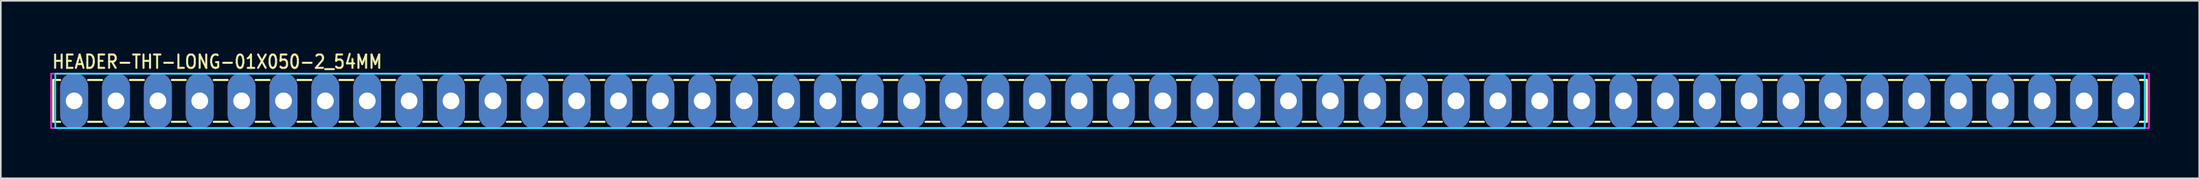
<source format=kicad_pcb>
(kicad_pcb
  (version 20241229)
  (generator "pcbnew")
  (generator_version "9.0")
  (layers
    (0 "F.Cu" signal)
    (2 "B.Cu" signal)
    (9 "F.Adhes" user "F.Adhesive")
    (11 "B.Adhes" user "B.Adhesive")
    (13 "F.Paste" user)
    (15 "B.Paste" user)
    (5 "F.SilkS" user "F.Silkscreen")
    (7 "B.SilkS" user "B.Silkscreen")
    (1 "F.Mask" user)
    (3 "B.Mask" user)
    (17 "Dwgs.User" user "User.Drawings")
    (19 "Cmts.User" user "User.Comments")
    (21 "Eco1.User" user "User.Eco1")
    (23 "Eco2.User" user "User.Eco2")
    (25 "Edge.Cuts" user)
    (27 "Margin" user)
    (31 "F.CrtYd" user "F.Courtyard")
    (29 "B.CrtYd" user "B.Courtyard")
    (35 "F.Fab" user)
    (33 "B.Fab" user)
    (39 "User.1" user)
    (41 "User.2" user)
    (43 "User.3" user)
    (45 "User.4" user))
  (footprint "HEADER-THT-LONG-01X050-2_54MM"
    (layer "F.Cu")
    (at 1.447 3.079)
    (property "Reference" "HEADER-THT-LONG-01X050-2_54MM" (at -1.4 -1.9 0) (unlocked yes) (layer "F.SilkS") (effects (font (size 0.813 0.695) (thickness 0.122)) (justify left bottom)))
    (fp_line (start -1.27 -1.27) (end -1.27 1.27) (stroke (width 0.127) (type solid)) (layer "F.SilkS"))
    (fp_line (start -1.27 1.27) (end -0.85 1.27) (stroke (width 0.127) (type solid)) (layer "F.SilkS"))
    (fp_line (start -0.85 -1.27) (end -1.27 -1.27) (stroke (width 0.127) (type solid)) (layer "F.SilkS"))
    (fp_line (start 0.85 -1.27) (end 1.69 -1.27) (stroke (width 0.127) (type solid)) (layer "F.SilkS"))
    (fp_line (start 0.85 1.27) (end 1.69 1.27) (stroke (width 0.127) (type solid)) (layer "F.SilkS"))
    (fp_line (start 3.39 -1.27) (end 4.23 -1.27) (stroke (width 0.127) (type solid)) (layer "F.SilkS"))
    (fp_line (start 3.39 1.27) (end 4.23 1.27) (stroke (width 0.127) (type solid)) (layer "F.SilkS"))
    (fp_line (start 5.93 -1.27) (end 6.77 -1.27) (stroke (width 0.127) (type solid)) (layer "F.SilkS"))
    (fp_line (start 5.93 1.27) (end 6.77 1.27) (stroke (width 0.127) (type solid)) (layer "F.SilkS"))
    (fp_line (start 8.47 -1.27) (end 9.31 -1.27) (stroke (width 0.127) (type solid)) (layer "F.SilkS"))
    (fp_line (start 8.47 1.27) (end 9.31 1.27) (stroke (width 0.127) (type solid)) (layer "F.SilkS"))
    (fp_line (start 11.01 -1.27) (end 11.85 -1.27) (stroke (width 0.127) (type solid)) (layer "F.SilkS"))
    (fp_line (start 11.01 1.27) (end 11.85 1.27) (stroke (width 0.127) (type solid)) (layer "F.SilkS"))
    (fp_line (start 13.55 -1.27) (end 14.39 -1.27) (stroke (width 0.127) (type solid)) (layer "F.SilkS"))
    (fp_line (start 13.55 1.27) (end 14.39 1.27) (stroke (width 0.127) (type solid)) (layer "F.SilkS"))
    (fp_line (start 16.09 -1.27) (end 16.93 -1.27) (stroke (width 0.127) (type solid)) (layer "F.SilkS"))
    (fp_line (start 16.09 1.27) (end 16.93 1.27) (stroke (width 0.127) (type solid)) (layer "F.SilkS"))
    (fp_line (start 18.63 -1.27) (end 19.47 -1.27) (stroke (width 0.127) (type solid)) (layer "F.SilkS"))
    (fp_line (start 18.63 1.27) (end 19.47 1.27) (stroke (width 0.127) (type solid)) (layer "F.SilkS"))
    (fp_line (start 21.17 -1.27) (end 22.01 -1.27) (stroke (width 0.127) (type solid)) (layer "F.SilkS"))
    (fp_line (start 21.17 1.27) (end 22.01 1.27) (stroke (width 0.127) (type solid)) (layer "F.SilkS"))
    (fp_line (start 23.71 -1.27) (end 24.55 -1.27) (stroke (width 0.127) (type solid)) (layer "F.SilkS"))
    (fp_line (start 23.71 1.27) (end 24.55 1.27) (stroke (width 0.127) (type solid)) (layer "F.SilkS"))
    (fp_line (start 26.25 -1.27) (end 27.09 -1.27) (stroke (width 0.127) (type solid)) (layer "F.SilkS"))
    (fp_line (start 26.25 1.27) (end 27.09 1.27) (stroke (width 0.127) (type solid)) (layer "F.SilkS"))
    (fp_line (start 28.79 -1.27) (end 29.63 -1.27) (stroke (width 0.127) (type solid)) (layer "F.SilkS"))
    (fp_line (start 28.79 1.27) (end 29.63 1.27) (stroke (width 0.127) (type solid)) (layer "F.SilkS"))
    (fp_line (start 31.33 -1.27) (end 32.17 -1.27) (stroke (width 0.127) (type solid)) (layer "F.SilkS"))
    (fp_line (start 31.33 1.27) (end 32.17 1.27) (stroke (width 0.127) (type solid)) (layer "F.SilkS"))
    (fp_line (start 33.87 -1.27) (end 34.71 -1.27) (stroke (width 0.127) (type solid)) (layer "F.SilkS"))
    (fp_line (start 33.87 1.27) (end 34.71 1.27) (stroke (width 0.127) (type solid)) (layer "F.SilkS"))
    (fp_line (start 36.41 -1.27) (end 37.25 -1.27) (stroke (width 0.127) (type solid)) (layer "F.SilkS"))
    (fp_line (start 36.41 1.27) (end 37.25 1.27) (stroke (width 0.127) (type solid)) (layer "F.SilkS"))
    (fp_line (start 38.95 -1.27) (end 39.79 -1.27) (stroke (width 0.127) (type solid)) (layer "F.SilkS"))
    (fp_line (start 38.95 1.27) (end 39.79 1.27) (stroke (width 0.127) (type solid)) (layer "F.SilkS"))
    (fp_line (start 41.49 -1.27) (end 42.33 -1.27) (stroke (width 0.127) (type solid)) (layer "F.SilkS"))
    (fp_line (start 41.49 1.27) (end 42.33 1.27) (stroke (width 0.127) (type solid)) (layer "F.SilkS"))
    (fp_line (start 44.03 -1.27) (end 44.87 -1.27) (stroke (width 0.127) (type solid)) (layer "F.SilkS"))
    (fp_line (start 44.03 1.27) (end 44.87 1.27) (stroke (width 0.127) (type solid)) (layer "F.SilkS"))
    (fp_line (start 46.57 -1.27) (end 47.41 -1.27) (stroke (width 0.127) (type solid)) (layer "F.SilkS"))
    (fp_line (start 46.57 1.27) (end 47.41 1.27) (stroke (width 0.127) (type solid)) (layer "F.SilkS"))
    (fp_line (start 49.11 -1.27) (end 49.95 -1.27) (stroke (width 0.127) (type solid)) (layer "F.SilkS"))
    (fp_line (start 49.11 1.27) (end 49.95 1.27) (stroke (width 0.127) (type solid)) (layer "F.SilkS"))
    (fp_line (start 51.65 -1.27) (end 52.49 -1.27) (stroke (width 0.127) (type solid)) (layer "F.SilkS"))
    (fp_line (start 51.65 1.27) (end 52.49 1.27) (stroke (width 0.127) (type solid)) (layer "F.SilkS"))
    (fp_line (start 54.19 -1.27) (end 55.03 -1.27) (stroke (width 0.127) (type solid)) (layer "F.SilkS"))
    (fp_line (start 54.19 1.27) (end 55.03 1.27) (stroke (width 0.127) (type solid)) (layer "F.SilkS"))
    (fp_line (start 56.73 -1.27) (end 57.57 -1.27) (stroke (width 0.127) (type solid)) (layer "F.SilkS"))
    (fp_line (start 56.73 1.27) (end 57.57 1.27) (stroke (width 0.127) (type solid)) (layer "F.SilkS"))
    (fp_line (start 59.27 -1.27) (end 60.11 -1.27) (stroke (width 0.127) (type solid)) (layer "F.SilkS"))
    (fp_line (start 59.27 1.27) (end 60.11 1.27) (stroke (width 0.127) (type solid)) (layer "F.SilkS"))
    (fp_line (start 61.81 -1.27) (end 62.65 -1.27) (stroke (width 0.127) (type solid)) (layer "F.SilkS"))
    (fp_line (start 61.81 1.27) (end 62.65 1.27) (stroke (width 0.127) (type solid)) (layer "F.SilkS"))
    (fp_line (start 64.35 -1.27) (end 65.19 -1.27) (stroke (width 0.127) (type solid)) (layer "F.SilkS"))
    (fp_line (start 64.35 1.27) (end 65.19 1.27) (stroke (width 0.127) (type solid)) (layer "F.SilkS"))
    (fp_line (start 66.89 -1.27) (end 67.73 -1.27) (stroke (width 0.127) (type solid)) (layer "F.SilkS"))
    (fp_line (start 66.89 1.27) (end 67.73 1.27) (stroke (width 0.127) (type solid)) (layer "F.SilkS"))
    (fp_line (start 69.43 -1.27) (end 70.27 -1.27) (stroke (width 0.127) (type solid)) (layer "F.SilkS"))
    (fp_line (start 69.43 1.27) (end 70.27 1.27) (stroke (width 0.127) (type solid)) (layer "F.SilkS"))
    (fp_line (start 71.97 -1.27) (end 72.81 -1.27) (stroke (width 0.127) (type solid)) (layer "F.SilkS"))
    (fp_line (start 71.97 1.27) (end 72.81 1.27) (stroke (width 0.127) (type solid)) (layer "F.SilkS"))
    (fp_line (start 74.51 -1.27) (end 75.35 -1.27) (stroke (width 0.127) (type solid)) (layer "F.SilkS"))
    (fp_line (start 74.51 1.27) (end 75.35 1.27) (stroke (width 0.127) (type solid)) (layer "F.SilkS"))
    (fp_line (start 77.05 -1.27) (end 77.89 -1.27) (stroke (width 0.127) (type solid)) (layer "F.SilkS"))
    (fp_line (start 77.05 1.27) (end 77.89 1.27) (stroke (width 0.127) (type solid)) (layer "F.SilkS"))
    (fp_line (start 79.59 -1.27) (end 80.43 -1.27) (stroke (width 0.127) (type solid)) (layer "F.SilkS"))
    (fp_line (start 79.59 1.27) (end 80.43 1.27) (stroke (width 0.127) (type solid)) (layer "F.SilkS"))
    (fp_line (start 82.13 -1.27) (end 82.97 -1.27) (stroke (width 0.127) (type solid)) (layer "F.SilkS"))
    (fp_line (start 82.13 1.27) (end 82.97 1.27) (stroke (width 0.127) (type solid)) (layer "F.SilkS"))
    (fp_line (start 84.67 -1.27) (end 85.51 -1.27) (stroke (width 0.127) (type solid)) (layer "F.SilkS"))
    (fp_line (start 84.67 1.27) (end 85.51 1.27) (stroke (width 0.127) (type solid)) (layer "F.SilkS"))
    (fp_line (start 87.21 -1.27) (end 88.05 -1.27) (stroke (width 0.127) (type solid)) (layer "F.SilkS"))
    (fp_line (start 87.21 1.27) (end 88.05 1.27) (stroke (width 0.127) (type solid)) (layer "F.SilkS"))
    (fp_line (start 89.75 -1.27) (end 90.59 -1.27) (stroke (width 0.127) (type solid)) (layer "F.SilkS"))
    (fp_line (start 89.75 1.27) (end 90.59 1.27) (stroke (width 0.127) (type solid)) (layer "F.SilkS"))
    (fp_line (start 92.29 -1.27) (end 93.13 -1.27) (stroke (width 0.127) (type solid)) (layer "F.SilkS"))
    (fp_line (start 92.29 1.27) (end 93.13 1.27) (stroke (width 0.127) (type solid)) (layer "F.SilkS"))
    (fp_line (start 94.83 -1.27) (end 95.67 -1.27) (stroke (width 0.127) (type solid)) (layer "F.SilkS"))
    (fp_line (start 94.83 1.27) (end 95.67 1.27) (stroke (width 0.127) (type solid)) (layer "F.SilkS"))
    (fp_line (start 97.37 -1.27) (end 98.21 -1.27) (stroke (width 0.127) (type solid)) (layer "F.SilkS"))
    (fp_line (start 97.37 1.27) (end 98.21 1.27) (stroke (width 0.127) (type solid)) (layer "F.SilkS"))
    (fp_line (start 99.91 -1.27) (end 100.75 -1.27) (stroke (width 0.127) (type solid)) (layer "F.SilkS"))
    (fp_line (start 99.91 1.27) (end 100.75 1.27) (stroke (width 0.127) (type solid)) (layer "F.SilkS"))
    (fp_line (start 102.45 -1.27) (end 103.29 -1.27) (stroke (width 0.127) (type solid)) (layer "F.SilkS"))
    (fp_line (start 102.45 1.27) (end 103.29 1.27) (stroke (width 0.127) (type solid)) (layer "F.SilkS"))
    (fp_line (start 104.99 -1.27) (end 105.83 -1.27) (stroke (width 0.127) (type solid)) (layer "F.SilkS"))
    (fp_line (start 104.99 1.27) (end 105.83 1.27) (stroke (width 0.127) (type solid)) (layer "F.SilkS"))
    (fp_line (start 107.53 -1.27) (end 108.37 -1.27) (stroke (width 0.127) (type solid)) (layer "F.SilkS"))
    (fp_line (start 107.53 1.27) (end 108.37 1.27) (stroke (width 0.127) (type solid)) (layer "F.SilkS"))
    (fp_line (start 110.07 -1.27) (end 110.91 -1.27) (stroke (width 0.127) (type solid)) (layer "F.SilkS"))
    (fp_line (start 110.07 1.27) (end 110.91 1.27) (stroke (width 0.127) (type solid)) (layer "F.SilkS"))
    (fp_line (start 112.61 -1.27) (end 113.45 -1.27) (stroke (width 0.127) (type solid)) (layer "F.SilkS"))
    (fp_line (start 112.61 1.27) (end 113.45 1.27) (stroke (width 0.127) (type solid)) (layer "F.SilkS"))
    (fp_line (start 115.15 -1.27) (end 115.99 -1.27) (stroke (width 0.127) (type solid)) (layer "F.SilkS"))
    (fp_line (start 115.15 1.27) (end 115.99 1.27) (stroke (width 0.127) (type solid)) (layer "F.SilkS"))
    (fp_line (start 117.69 -1.27) (end 118.53 -1.27) (stroke (width 0.127) (type solid)) (layer "F.SilkS"))
    (fp_line (start 117.69 1.27) (end 118.53 1.27) (stroke (width 0.127) (type solid)) (layer "F.SilkS"))
    (fp_line (start 120.23 -1.27) (end 121.07 -1.27) (stroke (width 0.127) (type solid)) (layer "F.SilkS"))
    (fp_line (start 120.23 1.27) (end 121.07 1.27) (stroke (width 0.127) (type solid)) (layer "F.SilkS"))
    (fp_line (start 122.77 -1.27) (end 123.61 -1.27) (stroke (width 0.127) (type solid)) (layer "F.SilkS"))
    (fp_line (start 122.77 1.27) (end 123.61 1.27) (stroke (width 0.127) (type solid)) (layer "F.SilkS"))
    (fp_line (start 125.31 -1.27) (end 125.73 -1.27) (stroke (width 0.127) (type solid)) (layer "F.SilkS"))
    (fp_line (start 125.73 -1.27) (end 125.73 1.27) (stroke (width 0.127) (type solid)) (layer "F.SilkS"))
    (fp_line (start 125.73 1.27) (end 125.31 1.27) (stroke (width 0.127) (type solid)) (layer "F.SilkS"))
    (fp_poly (pts (xy -1.143 -1.651) (xy 125.603 -1.651) (xy 125.603 1.651) (xy -1.143 1.651)) (stroke (width 0.1) (type solid)) (fill no) (layer "B.CrtYd"))
    (fp_poly (pts (xy -1.397 -1.651) (xy 125.857 -1.651) (xy 125.857 1.651) (xy -1.397 1.651)) (stroke (width 0.1) (type solid)) (fill no) (layer "F.CrtYd"))
    (pad "P$1" thru_hole oval (at 0 0 90) (size 3.387 1.693) (drill 1.016) (layers "*.Cu" "*.Mask"))
    (pad "P$2" thru_hole oval (at 2.54 0 90) (size 3.387 1.693) (drill 1.016) (layers "*.Cu" "*.Mask"))
    (pad "P$3" thru_hole oval (at 5.08 0 90) (size 3.387 1.693) (drill 1.016) (layers "*.Cu" "*.Mask"))
    (pad "P$4" thru_hole oval (at 7.62 0 90) (size 3.387 1.693) (drill 1.016) (layers "*.Cu" "*.Mask"))
    (pad "P$5" thru_hole oval (at 10.16 0 90) (size 3.387 1.693) (drill 1.016) (layers "*.Cu" "*.Mask"))
    (pad "P$6" thru_hole oval (at 12.7 0 90) (size 3.387 1.693) (drill 1.016) (layers "*.Cu" "*.Mask"))
    (pad "P$7" thru_hole oval (at 15.24 0 90) (size 3.387 1.693) (drill 1.016) (layers "*.Cu" "*.Mask"))
    (pad "P$8" thru_hole oval (at 17.78 0 90) (size 3.387 1.693) (drill 1.016) (layers "*.Cu" "*.Mask"))
    (pad "P$9" thru_hole oval (at 20.32 0 90) (size 3.387 1.693) (drill 1.016) (layers "*.Cu" "*.Mask"))
    (pad "P$10" thru_hole oval (at 22.86 0 90) (size 3.387 1.693) (drill 1.016) (layers "*.Cu" "*.Mask"))
    (pad "P$11" thru_hole oval (at 25.4 0 90) (size 3.387 1.693) (drill 1.016) (layers "*.Cu" "*.Mask"))
    (pad "P$12" thru_hole oval (at 27.94 0 90) (size 3.387 1.693) (drill 1.016) (layers "*.Cu" "*.Mask"))
    (pad "P$13" thru_hole oval (at 30.48 0 90) (size 3.387 1.693) (drill 1.016) (layers "*.Cu" "*.Mask"))
    (pad "P$14" thru_hole oval (at 33.02 0 90) (size 3.387 1.693) (drill 1.016) (layers "*.Cu" "*.Mask"))
    (pad "P$15" thru_hole oval (at 35.56 0 90) (size 3.387 1.693) (drill 1.016) (layers "*.Cu" "*.Mask"))
    (pad "P$16" thru_hole oval (at 38.1 0 90) (size 3.387 1.693) (drill 1.016) (layers "*.Cu" "*.Mask"))
    (pad "P$17" thru_hole oval (at 40.64 0 90) (size 3.387 1.693) (drill 1.016) (layers "*.Cu" "*.Mask"))
    (pad "P$18" thru_hole oval (at 43.18 0 90) (size 3.387 1.693) (drill 1.016) (layers "*.Cu" "*.Mask"))
    (pad "P$19" thru_hole oval (at 45.72 0 90) (size 3.387 1.693) (drill 1.016) (layers "*.Cu" "*.Mask"))
    (pad "P$20" thru_hole oval (at 48.26 0 90) (size 3.387 1.693) (drill 1.016) (layers "*.Cu" "*.Mask"))
    (pad "P$21" thru_hole oval (at 50.8 0 90) (size 3.387 1.693) (drill 1.016) (layers "*.Cu" "*.Mask"))
    (pad "P$22" thru_hole oval (at 53.34 0 90) (size 3.387 1.693) (drill 1.016) (layers "*.Cu" "*.Mask"))
    (pad "P$23" thru_hole oval (at 55.88 0 90) (size 3.387 1.693) (drill 1.016) (layers "*.Cu" "*.Mask"))
    (pad "P$24" thru_hole oval (at 58.42 0 90) (size 3.387 1.693) (drill 1.016) (layers "*.Cu" "*.Mask"))
    (pad "P$25" thru_hole oval (at 60.96 0 90) (size 3.387 1.693) (drill 1.016) (layers "*.Cu" "*.Mask"))
    (pad "P$26" thru_hole oval (at 63.5 0 90) (size 3.387 1.693) (drill 1.016) (layers "*.Cu" "*.Mask"))
    (pad "P$27" thru_hole oval (at 66.04 0 90) (size 3.387 1.693) (drill 1.016) (layers "*.Cu" "*.Mask"))
    (pad "P$28" thru_hole oval (at 68.58 0 90) (size 3.387 1.693) (drill 1.016) (layers "*.Cu" "*.Mask"))
    (pad "P$29" thru_hole oval (at 71.12 0 90) (size 3.387 1.693) (drill 1.016) (layers "*.Cu" "*.Mask"))
    (pad "P$30" thru_hole oval (at 73.66 0 90) (size 3.387 1.693) (drill 1.016) (layers "*.Cu" "*.Mask"))
    (pad "P$31" thru_hole oval (at 76.2 0 90) (size 3.387 1.693) (drill 1.016) (layers "*.Cu" "*.Mask"))
    (pad "P$32" thru_hole oval (at 78.74 0 90) (size 3.387 1.693) (drill 1.016) (layers "*.Cu" "*.Mask"))
    (pad "P$33" thru_hole oval (at 81.28 0 90) (size 3.387 1.693) (drill 1.016) (layers "*.Cu" "*.Mask"))
    (pad "P$34" thru_hole oval (at 83.82 0 90) (size 3.387 1.693) (drill 1.016) (layers "*.Cu" "*.Mask"))
    (pad "P$35" thru_hole oval (at 86.36 0 90) (size 3.387 1.693) (drill 1.016) (layers "*.Cu" "*.Mask"))
    (pad "P$36" thru_hole oval (at 88.9 0 90) (size 3.387 1.693) (drill 1.016) (layers "*.Cu" "*.Mask"))
    (pad "P$37" thru_hole oval (at 91.44 0 90) (size 3.387 1.693) (drill 1.016) (layers "*.Cu" "*.Mask"))
    (pad "P$38" thru_hole oval (at 93.98 0 90) (size 3.387 1.693) (drill 1.016) (layers "*.Cu" "*.Mask"))
    (pad "P$39" thru_hole oval (at 96.52 0 90) (size 3.387 1.693) (drill 1.016) (layers "*.Cu" "*.Mask"))
    (pad "P$40" thru_hole oval (at 99.06 0 90) (size 3.387 1.693) (drill 1.016) (layers "*.Cu" "*.Mask"))
    (pad "P$41" thru_hole oval (at 101.6 0 90) (size 3.387 1.693) (drill 1.016) (layers "*.Cu" "*.Mask"))
    (pad "P$42" thru_hole oval (at 104.14 0 90) (size 3.387 1.693) (drill 1.016) (layers "*.Cu" "*.Mask"))
    (pad "P$43" thru_hole oval (at 106.68 0 90) (size 3.387 1.693) (drill 1.016) (layers "*.Cu" "*.Mask"))
    (pad "P$44" thru_hole oval (at 109.22 0 90) (size 3.387 1.693) (drill 1.016) (layers "*.Cu" "*.Mask"))
    (pad "P$45" thru_hole oval (at 111.76 0 90) (size 3.387 1.693) (drill 1.016) (layers "*.Cu" "*.Mask"))
    (pad "P$46" thru_hole oval (at 114.3 0 90) (size 3.387 1.693) (drill 1.016) (layers "*.Cu" "*.Mask"))
    (pad "P$47" thru_hole oval (at 116.84 0 90) (size 3.387 1.693) (drill 1.016) (layers "*.Cu" "*.Mask"))
    (pad "P$48" thru_hole oval (at 119.38 0 90) (size 3.387 1.693) (drill 1.016) (layers "*.Cu" "*.Mask"))
    (pad "P$49" thru_hole oval (at 121.92 0 90) (size 3.387 1.693) (drill 1.016) (layers "*.Cu" "*.Mask"))
    (pad "P$50" thru_hole oval (at 124.46 0 90) (size 3.387 1.693) (drill 1.016) (layers "*.Cu" "*.Mask")))
  (gr_rect
    (start -3 -3)
    (end 130.354 7.78)
    (stroke (width 0.1) (type default))
    (fill no)
    (layer "Edge.Cuts")))
</source>
